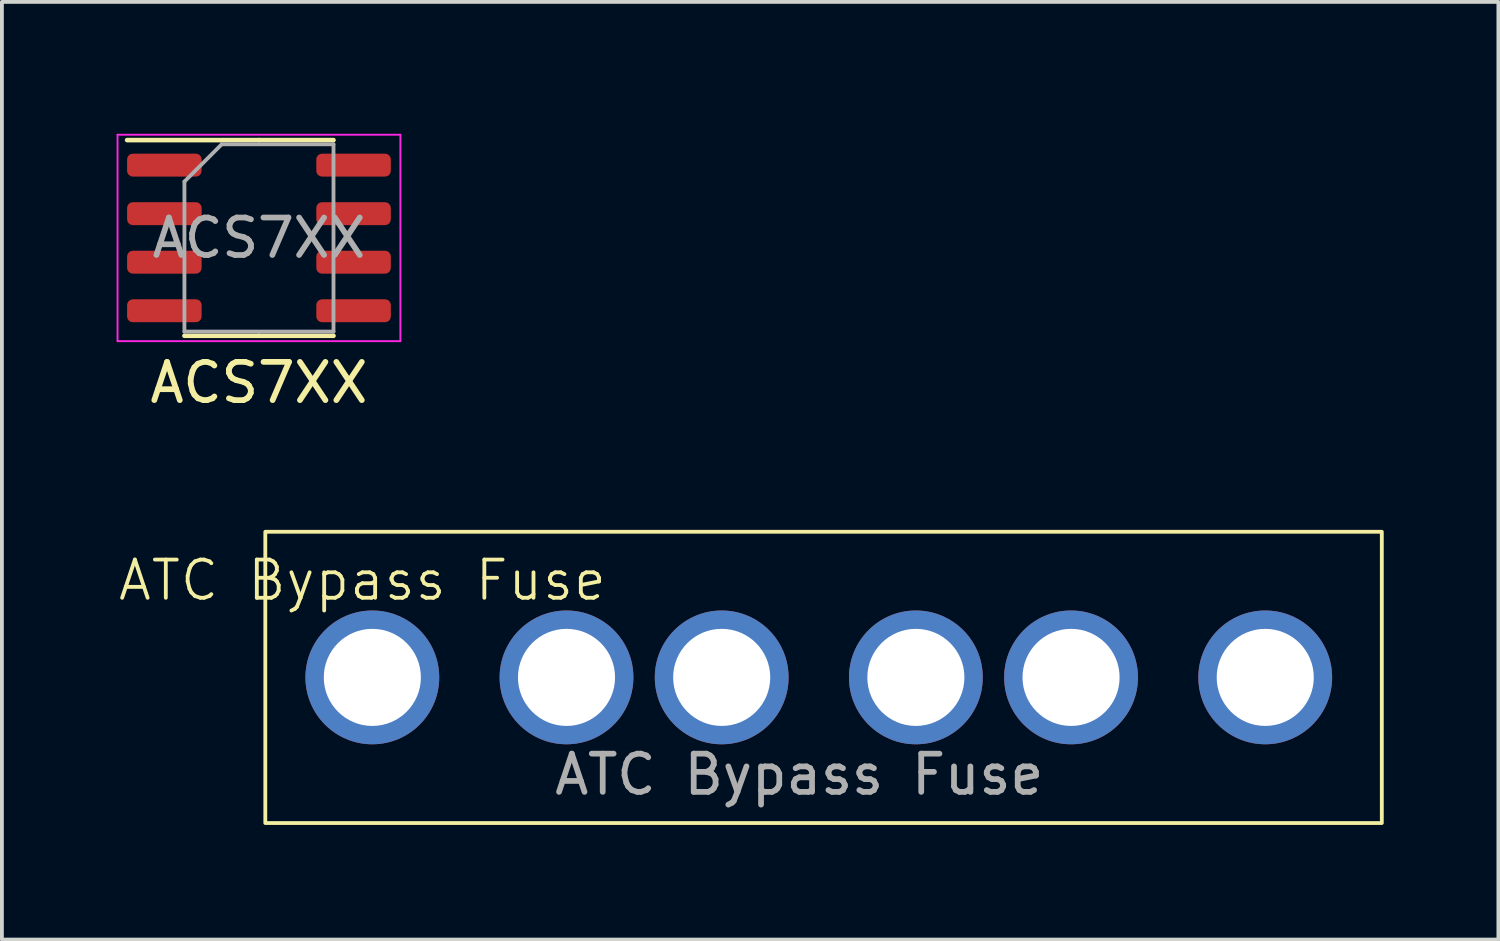
<source format=kicad_pcb>
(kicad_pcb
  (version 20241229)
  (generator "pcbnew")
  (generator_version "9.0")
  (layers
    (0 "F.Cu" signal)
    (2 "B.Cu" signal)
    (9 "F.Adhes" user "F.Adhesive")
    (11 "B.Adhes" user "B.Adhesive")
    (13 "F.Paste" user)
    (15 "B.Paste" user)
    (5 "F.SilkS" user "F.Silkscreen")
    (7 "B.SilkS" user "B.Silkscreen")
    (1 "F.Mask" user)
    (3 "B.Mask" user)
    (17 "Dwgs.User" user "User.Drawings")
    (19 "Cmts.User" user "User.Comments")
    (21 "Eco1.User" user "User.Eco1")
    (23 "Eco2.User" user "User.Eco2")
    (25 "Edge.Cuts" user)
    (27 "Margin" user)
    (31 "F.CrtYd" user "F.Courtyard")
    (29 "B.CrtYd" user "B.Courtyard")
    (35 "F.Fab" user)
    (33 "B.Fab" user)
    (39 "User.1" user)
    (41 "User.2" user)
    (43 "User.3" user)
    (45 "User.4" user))
  (footprint "ACS7XX"
    (layer "F.Cu")
    (at 3.725 3.175)
    (property "Reference" "ACS7XX" (at 0 3.788 0) (layer "F.SilkS") (effects (font (size 1 1) (thickness 0.15))))
    (attr smd)
    (fp_line (start 0 -2.56) (end -3.45 -2.56) (stroke (width 0.12) (type solid)) (layer "F.SilkS"))
    (fp_line (start 0 -2.56) (end 1.95 -2.56) (stroke (width 0.12) (type solid)) (layer "F.SilkS"))
    (fp_line (start 0 2.56) (end -1.95 2.56) (stroke (width 0.12) (type solid)) (layer "F.SilkS"))
    (fp_line (start 0 2.56) (end 1.95 2.56) (stroke (width 0.12) (type solid)) (layer "F.SilkS"))
    (fp_line (start -3.7 -2.7) (end -3.7 2.7) (stroke (width 0.05) (type solid)) (layer "F.CrtYd"))
    (fp_line (start -3.7 2.7) (end 3.7 2.7) (stroke (width 0.05) (type solid)) (layer "F.CrtYd"))
    (fp_line (start 3.7 -2.7) (end -3.7 -2.7) (stroke (width 0.05) (type solid)) (layer "F.CrtYd"))
    (fp_line (start 3.7 2.7) (end 3.7 -2.7) (stroke (width 0.05) (type solid)) (layer "F.CrtYd"))
    (fp_line (start -1.95 -1.475) (end -0.975 -2.45) (stroke (width 0.1) (type solid)) (layer "F.Fab"))
    (fp_line (start -1.95 2.45) (end -1.95 -1.475) (stroke (width 0.1) (type solid)) (layer "F.Fab"))
    (fp_line (start -0.975 -2.45) (end 1.95 -2.45) (stroke (width 0.1) (type solid)) (layer "F.Fab"))
    (fp_line (start 1.95 -2.45) (end 1.95 2.45) (stroke (width 0.1) (type solid)) (layer "F.Fab"))
    (fp_line (start 1.95 2.45) (end -1.95 2.45) (stroke (width 0.1) (type solid)) (layer "F.Fab"))
    (fp_text user "${REFERENCE}" (at 0 0 0) (layer "F.Fab") (effects (font (size 0.98 0.98) (thickness 0.15))))
    (pad "1" smd roundrect (at -2.475 -1.905) (size 1.95 0.6) (layers "F.Cu" "F.Mask" "F.Paste") (roundrect_rratio 0.25))
    (pad "2" smd roundrect (at -2.475 -0.635) (size 1.95 0.6) (layers "F.Cu" "F.Mask" "F.Paste") (roundrect_rratio 0.25))
    (pad "3" smd roundrect (at -2.475 0.635) (size 1.95 0.6) (layers "F.Cu" "F.Mask" "F.Paste") (roundrect_rratio 0.25))
    (pad "4" smd roundrect (at -2.475 1.905) (size 1.95 0.6) (layers "F.Cu" "F.Mask" "F.Paste") (roundrect_rratio 0.25))
    (pad "5" smd roundrect (at 2.475 1.905) (size 1.95 0.6) (layers "F.Cu" "F.Mask" "F.Paste") (roundrect_rratio 0.25))
    (pad "6" smd roundrect (at 2.475 0.635) (size 1.95 0.6) (layers "F.Cu" "F.Mask" "F.Paste") (roundrect_rratio 0.25))
    (pad "7" smd roundrect (at 2.475 -0.635) (size 1.95 0.6) (layers "F.Cu" "F.Mask" "F.Paste") (roundrect_rratio 0.25))
    (pad "8" smd roundrect (at 2.475 -1.905) (size 1.95 0.6) (layers "F.Cu" "F.Mask" "F.Paste") (roundrect_rratio 0.25))
    (zone (net_name "") (layer "F.Cu") (hatch edge 0.5) (connect_pads) (min_thickness 0.25) (filled_areas_thickness no) (keepout (tracks not_allowed) (vias not_allowed) (pads not_allowed) (copperpour not_allowed) (footprints allowed)) (placement (enabled no)) (fill) (polygon (pts (xy 2.455 0) (xy 2.455 6.35) (xy 4.995 6.35) (xy 4.995 0)))))
  (footprint "ATC Bypass Fuse"
    (layer "F.Cu")
    (at 18.371 14.672)
    (property "Reference" "ATC Bypass Fuse" (at -11.94 -2.54 0) (unlocked yes) (layer "F.SilkS") (effects (font (size 1 1) (thickness 0.1))))
    (attr through_hole)
    (fp_rect (start -14.48 -3.81) (end 14.73 3.81) (stroke (width 0.1) (type default)) (fill no) (layer "F.SilkS"))
    (fp_text user "${REFERENCE}" (at -0.51 2.54 0) (unlocked yes) (layer "F.Fab") (effects (font (size 1 1) (thickness 0.15))))
    (pad "1" thru_hole circle (at -11.68 0) (size 3.5 3.5) (drill 2.54) (layers "*.Cu" "*.Mask"))
    (pad "1" thru_hole circle (at -6.6 0) (size 3.5 3.5) (drill 2.54) (layers "*.Cu" "*.Mask"))
    (pad "2" thru_hole circle (at -2.54 0) (size 3.5 3.5) (drill 2.54) (layers "*.Cu" "*.Mask"))
    (pad "2" thru_hole circle (at 2.54 0) (size 3.5 3.5) (drill 2.54) (layers "*.Cu" "*.Mask"))
    (pad "3" thru_hole circle (at 6.6 0) (size 3.5 3.5) (drill 2.54) (layers "*.Cu" "*.Mask"))
    (pad "3" thru_hole circle (at 11.68 0) (size 3.5 3.5) (drill 2.54) (layers "*.Cu" "*.Mask")))
  (gr_rect
    (start -3 -3)
    (end 36.151 21.532)
    (stroke (width 0.1) (type default))
    (fill no)
    (layer "Edge.Cuts")))
</source>
